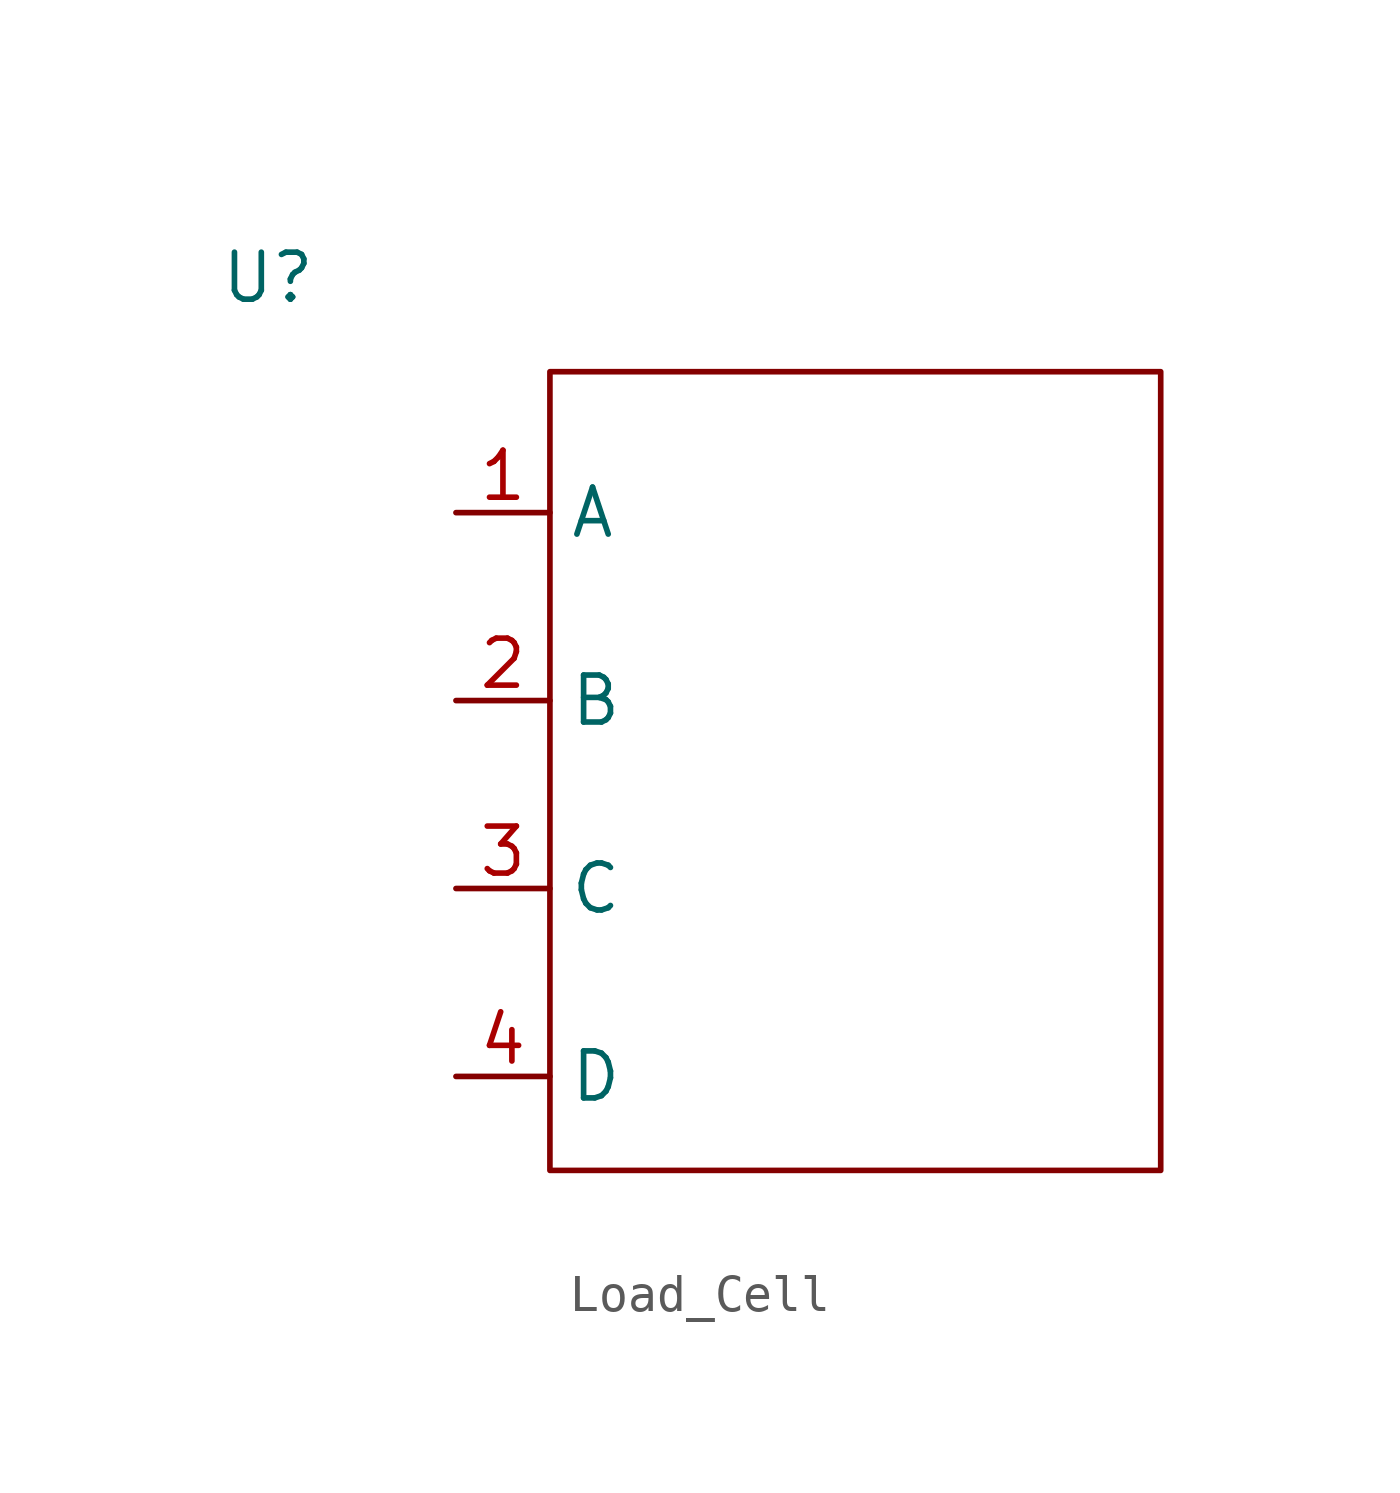
<source format=kicad_sym>
(kicad_symbol_lib
  (version 20220914)
  (generator kicad_symbol_editor)
  (symbol "Load_Cell"
    (property "Reference" "U"
      (at -16.51 13.97 0)
      (effects (font (size 1.27 1.27))))
    (property "Value" ""
      (at 0 0 0)
      (effects (font (size 1.27 1.27))))
    (symbol "Load_Cell_0_1"
      (rectangle (start -8.89 11.43) (end 7.62 -10.16) (stroke (width 0) (type default)) (fill (type none))))
    (symbol "Load_Cell_1_1"
      (pin input line (at -11.43 7.62 0) (length 2.54) (name "A" (effects (font (size 1.27 1.27)))) (number "1" (effects (font (size 1.27 1.27)))))
      (pin input line (at -11.43 2.54 0) (length 2.54) (name "B" (effects (font (size 1.27 1.27)))) (number "2" (effects (font (size 1.27 1.27)))))
      (pin input line (at -11.43 -2.54 0) (length 2.54) (name "C" (effects (font (size 1.27 1.27)))) (number "3" (effects (font (size 1.27 1.27)))))
      (pin input line (at -11.43 -7.62 0) (length 2.54) (name "D" (effects (font (size 1.27 1.27)))) (number "4" (effects (font (size 1.27 1.27))))))))
</source>
